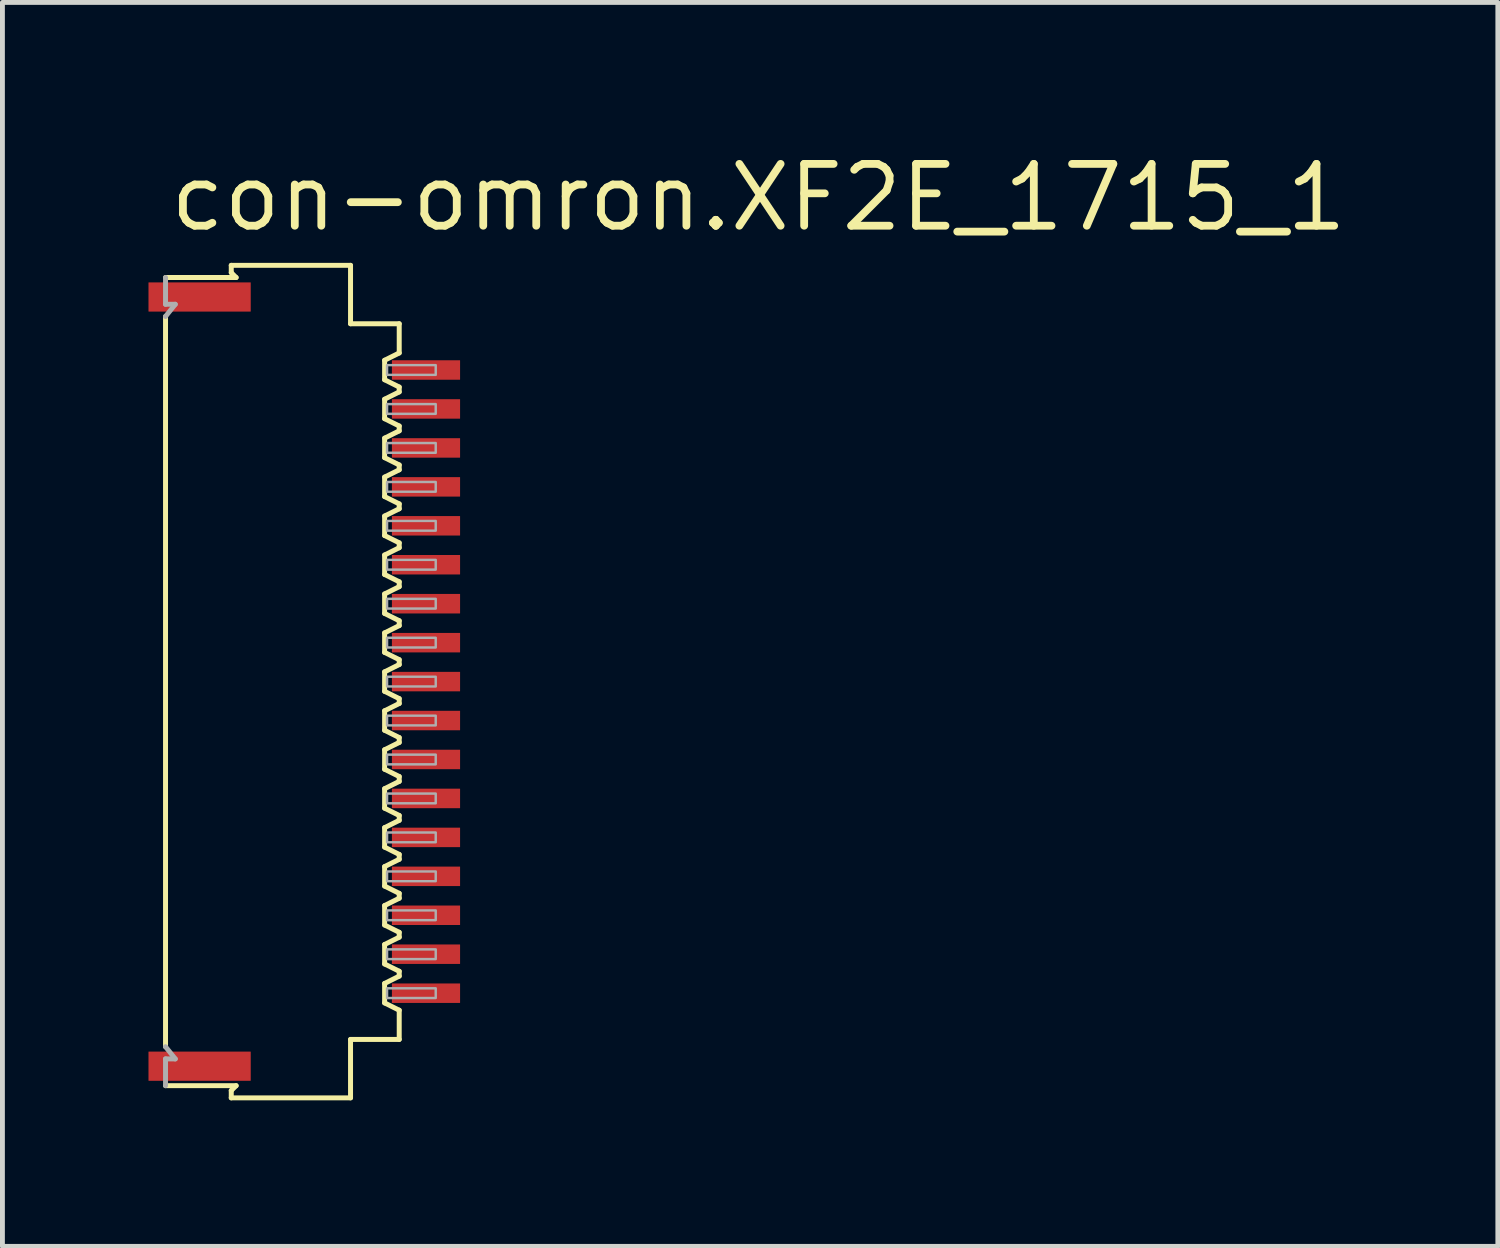
<source format=kicad_pcb>
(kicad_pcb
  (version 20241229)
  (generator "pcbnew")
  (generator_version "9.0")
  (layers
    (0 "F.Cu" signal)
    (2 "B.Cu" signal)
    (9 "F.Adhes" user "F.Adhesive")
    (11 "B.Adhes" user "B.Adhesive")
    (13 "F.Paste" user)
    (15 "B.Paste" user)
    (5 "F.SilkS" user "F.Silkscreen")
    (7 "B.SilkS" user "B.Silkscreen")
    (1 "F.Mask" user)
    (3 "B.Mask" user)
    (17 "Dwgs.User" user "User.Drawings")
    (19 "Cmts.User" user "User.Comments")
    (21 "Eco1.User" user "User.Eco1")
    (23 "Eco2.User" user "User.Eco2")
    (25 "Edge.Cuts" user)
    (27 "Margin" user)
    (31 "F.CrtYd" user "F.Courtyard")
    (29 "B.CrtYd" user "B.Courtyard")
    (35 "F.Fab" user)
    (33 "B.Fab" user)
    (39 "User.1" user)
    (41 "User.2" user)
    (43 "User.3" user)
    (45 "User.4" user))
  (footprint "con-omron.XF2E_1715_1"
    (layer "F.Cu")
    (at 3.16 10.95)
    (property "Reference" "con-omron.XF2E_1715_1" (at -2.8 -9.2 0) (layer "F.SilkS") (effects (font (size 1.27 1.27) (thickness 0.16)) (justify left bottom)))
    (attr smd)
    (fp_line (start -2.81 -7.5) (end -2.81 7.5) (stroke (width 0.102) (type default)) (layer "F.SilkS"))
    (fp_line (start -1.46 -8.55) (end -1.46 -8.4) (stroke (width 0.102) (type default)) (layer "F.SilkS"))
    (fp_line (start -1.46 -8.4) (end -1.36 -8.3) (stroke (width 0.102) (type default)) (layer "F.SilkS"))
    (fp_line (start -1.46 8.4) (end -1.46 8.55) (stroke (width 0.102) (type default)) (layer "F.SilkS"))
    (fp_line (start -1.36 -8.3) (end -2.81 -8.3) (stroke (width 0.102) (type default)) (layer "F.SilkS"))
    (fp_line (start -1.36 8.3) (end -2.81 8.3) (stroke (width 0.102) (type default)) (layer "F.SilkS"))
    (fp_line (start -1.36 8.3) (end -1.46 8.4) (stroke (width 0.102) (type default)) (layer "F.SilkS"))
    (fp_line (start 0.99 -8.55) (end -1.46 -8.55) (stroke (width 0.102) (type default)) (layer "F.SilkS"))
    (fp_line (start 0.99 -7.35) (end 0.99 -8.55) (stroke (width 0.102) (type default)) (layer "F.SilkS"))
    (fp_line (start 0.99 7.35) (end 1.99 7.35) (stroke (width 0.102) (type default)) (layer "F.SilkS"))
    (fp_line (start 0.99 8.55) (end -1.46 8.55) (stroke (width 0.102) (type default)) (layer "F.SilkS"))
    (fp_line (start 0.99 8.55) (end 0.99 7.35) (stroke (width 0.102) (type default)) (layer "F.SilkS"))
    (fp_line (start 1.69 -6.6) (end 1.99 -6.75) (stroke (width 0.102) (type default)) (layer "F.SilkS"))
    (fp_line (start 1.69 -6.2) (end 1.69 -6.6) (stroke (width 0.102) (type default)) (layer "F.SilkS"))
    (fp_line (start 1.69 -5.8) (end 1.69 -5.4) (stroke (width 0.102) (type default)) (layer "F.SilkS"))
    (fp_line (start 1.69 -5.4) (end 1.99 -5.25) (stroke (width 0.102) (type default)) (layer "F.SilkS"))
    (fp_line (start 1.69 -4.6) (end 1.69 -5) (stroke (width 0.102) (type default)) (layer "F.SilkS"))
    (fp_line (start 1.69 -4.2) (end 1.69 -3.8) (stroke (width 0.102) (type default)) (layer "F.SilkS"))
    (fp_line (start 1.69 -3.8) (end 1.99 -3.65) (stroke (width 0.102) (type default)) (layer "F.SilkS"))
    (fp_line (start 1.69 -3) (end 1.69 -3.4) (stroke (width 0.102) (type default)) (layer "F.SilkS"))
    (fp_line (start 1.69 -2.6) (end 1.69 -2.2) (stroke (width 0.102) (type default)) (layer "F.SilkS"))
    (fp_line (start 1.69 -2.2) (end 1.99 -2.05) (stroke (width 0.102) (type default)) (layer "F.SilkS"))
    (fp_line (start 1.69 -1.4) (end 1.69 -1.8) (stroke (width 0.102) (type default)) (layer "F.SilkS"))
    (fp_line (start 1.69 -1) (end 1.69 -0.6) (stroke (width 0.102) (type default)) (layer "F.SilkS"))
    (fp_line (start 1.69 -0.6) (end 1.99 -0.45) (stroke (width 0.102) (type default)) (layer "F.SilkS"))
    (fp_line (start 1.69 0.2) (end 1.69 -0.2) (stroke (width 0.102) (type default)) (layer "F.SilkS"))
    (fp_line (start 1.69 0.6) (end 1.69 1) (stroke (width 0.102) (type default)) (layer "F.SilkS"))
    (fp_line (start 1.69 1) (end 1.99 1.15) (stroke (width 0.102) (type default)) (layer "F.SilkS"))
    (fp_line (start 1.69 1.8) (end 1.69 1.4) (stroke (width 0.102) (type default)) (layer "F.SilkS"))
    (fp_line (start 1.69 2.2) (end 1.69 2.6) (stroke (width 0.102) (type default)) (layer "F.SilkS"))
    (fp_line (start 1.69 2.6) (end 1.99 2.75) (stroke (width 0.102) (type default)) (layer "F.SilkS"))
    (fp_line (start 1.69 3.4) (end 1.69 3) (stroke (width 0.102) (type default)) (layer "F.SilkS"))
    (fp_line (start 1.69 3.8) (end 1.69 4.2) (stroke (width 0.102) (type default)) (layer "F.SilkS"))
    (fp_line (start 1.69 4.2) (end 1.99 4.35) (stroke (width 0.102) (type default)) (layer "F.SilkS"))
    (fp_line (start 1.69 5) (end 1.69 4.6) (stroke (width 0.102) (type default)) (layer "F.SilkS"))
    (fp_line (start 1.69 5.4) (end 1.69 5.8) (stroke (width 0.102) (type default)) (layer "F.SilkS"))
    (fp_line (start 1.69 5.8) (end 1.99 5.95) (stroke (width 0.102) (type default)) (layer "F.SilkS"))
    (fp_line (start 1.69 6.6) (end 1.69 6.2) (stroke (width 0.102) (type default)) (layer "F.SilkS"))
    (fp_line (start 1.69 6.6) (end 1.99 6.75) (stroke (width 0.102) (type default)) (layer "F.SilkS"))
    (fp_line (start 1.99 -7.35) (end 0.99 -7.35) (stroke (width 0.102) (type default)) (layer "F.SilkS"))
    (fp_line (start 1.99 -6.75) (end 1.99 -7.35) (stroke (width 0.102) (type default)) (layer "F.SilkS"))
    (fp_line (start 1.99 -6.05) (end 1.69 -6.2) (stroke (width 0.102) (type default)) (layer "F.SilkS"))
    (fp_line (start 1.99 -6.05) (end 1.99 -5.95) (stroke (width 0.102) (type default)) (layer "F.SilkS"))
    (fp_line (start 1.99 -5.95) (end 1.69 -5.8) (stroke (width 0.102) (type default)) (layer "F.SilkS"))
    (fp_line (start 1.99 -5.25) (end 1.99 -5.15) (stroke (width 0.102) (type default)) (layer "F.SilkS"))
    (fp_line (start 1.99 -5.15) (end 1.69 -5) (stroke (width 0.102) (type default)) (layer "F.SilkS"))
    (fp_line (start 1.99 -4.45) (end 1.69 -4.6) (stroke (width 0.102) (type default)) (layer "F.SilkS"))
    (fp_line (start 1.99 -4.45) (end 1.99 -4.35) (stroke (width 0.102) (type default)) (layer "F.SilkS"))
    (fp_line (start 1.99 -4.35) (end 1.69 -4.2) (stroke (width 0.102) (type default)) (layer "F.SilkS"))
    (fp_line (start 1.99 -3.65) (end 1.99 -3.55) (stroke (width 0.102) (type default)) (layer "F.SilkS"))
    (fp_line (start 1.99 -3.55) (end 1.69 -3.4) (stroke (width 0.102) (type default)) (layer "F.SilkS"))
    (fp_line (start 1.99 -2.85) (end 1.69 -3) (stroke (width 0.102) (type default)) (layer "F.SilkS"))
    (fp_line (start 1.99 -2.85) (end 1.99 -2.75) (stroke (width 0.102) (type default)) (layer "F.SilkS"))
    (fp_line (start 1.99 -2.75) (end 1.69 -2.6) (stroke (width 0.102) (type default)) (layer "F.SilkS"))
    (fp_line (start 1.99 -2.05) (end 1.99 -1.95) (stroke (width 0.102) (type default)) (layer "F.SilkS"))
    (fp_line (start 1.99 -1.95) (end 1.69 -1.8) (stroke (width 0.102) (type default)) (layer "F.SilkS"))
    (fp_line (start 1.99 -1.25) (end 1.69 -1.4) (stroke (width 0.102) (type default)) (layer "F.SilkS"))
    (fp_line (start 1.99 -1.25) (end 1.99 -1.15) (stroke (width 0.102) (type default)) (layer "F.SilkS"))
    (fp_line (start 1.99 -1.15) (end 1.69 -1) (stroke (width 0.102) (type default)) (layer "F.SilkS"))
    (fp_line (start 1.99 -0.45) (end 1.99 -0.35) (stroke (width 0.102) (type default)) (layer "F.SilkS"))
    (fp_line (start 1.99 -0.35) (end 1.69 -0.2) (stroke (width 0.102) (type default)) (layer "F.SilkS"))
    (fp_line (start 1.99 0.35) (end 1.69 0.2) (stroke (width 0.102) (type default)) (layer "F.SilkS"))
    (fp_line (start 1.99 0.35) (end 1.99 0.45) (stroke (width 0.102) (type default)) (layer "F.SilkS"))
    (fp_line (start 1.99 0.45) (end 1.69 0.6) (stroke (width 0.102) (type default)) (layer "F.SilkS"))
    (fp_line (start 1.99 1.15) (end 1.99 1.25) (stroke (width 0.102) (type default)) (layer "F.SilkS"))
    (fp_line (start 1.99 1.25) (end 1.69 1.4) (stroke (width 0.102) (type default)) (layer "F.SilkS"))
    (fp_line (start 1.99 1.95) (end 1.69 1.8) (stroke (width 0.102) (type default)) (layer "F.SilkS"))
    (fp_line (start 1.99 1.95) (end 1.99 2.05) (stroke (width 0.102) (type default)) (layer "F.SilkS"))
    (fp_line (start 1.99 2.05) (end 1.69 2.2) (stroke (width 0.102) (type default)) (layer "F.SilkS"))
    (fp_line (start 1.99 2.75) (end 1.99 2.85) (stroke (width 0.102) (type default)) (layer "F.SilkS"))
    (fp_line (start 1.99 2.85) (end 1.69 3) (stroke (width 0.102) (type default)) (layer "F.SilkS"))
    (fp_line (start 1.99 3.55) (end 1.69 3.4) (stroke (width 0.102) (type default)) (layer "F.SilkS"))
    (fp_line (start 1.99 3.55) (end 1.99 3.65) (stroke (width 0.102) (type default)) (layer "F.SilkS"))
    (fp_line (start 1.99 3.65) (end 1.69 3.8) (stroke (width 0.102) (type default)) (layer "F.SilkS"))
    (fp_line (start 1.99 4.35) (end 1.99 4.45) (stroke (width 0.102) (type default)) (layer "F.SilkS"))
    (fp_line (start 1.99 4.45) (end 1.69 4.6) (stroke (width 0.102) (type default)) (layer "F.SilkS"))
    (fp_line (start 1.99 5.15) (end 1.69 5) (stroke (width 0.102) (type default)) (layer "F.SilkS"))
    (fp_line (start 1.99 5.15) (end 1.99 5.25) (stroke (width 0.102) (type default)) (layer "F.SilkS"))
    (fp_line (start 1.99 5.25) (end 1.69 5.4) (stroke (width 0.102) (type default)) (layer "F.SilkS"))
    (fp_line (start 1.99 5.95) (end 1.99 6.05) (stroke (width 0.102) (type default)) (layer "F.SilkS"))
    (fp_line (start 1.99 6.05) (end 1.69 6.2) (stroke (width 0.102) (type default)) (layer "F.SilkS"))
    (fp_line (start 1.99 7.35) (end 1.99 6.75) (stroke (width 0.102) (type default)) (layer "F.SilkS"))
    (fp_line (start -2.81 -8.3) (end -2.81 -7.75) (stroke (width 0.102) (type default)) (layer "F.Fab"))
    (fp_line (start -2.81 -7.75) (end -2.61 -7.75) (stroke (width 0.102) (type default)) (layer "F.Fab"))
    (fp_line (start -2.81 7.5) (end -2.61 7.75) (stroke (width 0.102) (type default)) (layer "F.Fab"))
    (fp_line (start -2.81 7.75) (end -2.81 8.3) (stroke (width 0.102) (type default)) (layer "F.Fab"))
    (fp_line (start -2.81 7.75) (end -2.61 7.75) (stroke (width 0.102) (type default)) (layer "F.Fab"))
    (fp_line (start -2.61 -7.75) (end -2.81 -7.5) (stroke (width 0.102) (type default)) (layer "F.Fab"))
    (fp_rect (start 1.74 -6.3) (end 2.74 -6.5) (stroke (width 0.05) (type default)) (fill no) (layer "F.Fab"))
    (fp_rect (start 1.74 -5.5) (end 2.74 -5.7) (stroke (width 0.05) (type default)) (fill no) (layer "F.Fab"))
    (fp_rect (start 1.74 -4.7) (end 2.74 -4.9) (stroke (width 0.05) (type default)) (fill no) (layer "F.Fab"))
    (fp_rect (start 1.74 -3.9) (end 2.74 -4.1) (stroke (width 0.05) (type default)) (fill no) (layer "F.Fab"))
    (fp_rect (start 1.74 -3.1) (end 2.74 -3.3) (stroke (width 0.05) (type default)) (fill no) (layer "F.Fab"))
    (fp_rect (start 1.74 -2.3) (end 2.74 -2.5) (stroke (width 0.05) (type default)) (fill no) (layer "F.Fab"))
    (fp_rect (start 1.74 -1.5) (end 2.74 -1.7) (stroke (width 0.05) (type default)) (fill no) (layer "F.Fab"))
    (fp_rect (start 1.74 -0.7) (end 2.74 -0.9) (stroke (width 0.05) (type default)) (fill no) (layer "F.Fab"))
    (fp_rect (start 1.74 0.1) (end 2.74 -0.1) (stroke (width 0.05) (type default)) (fill no) (layer "F.Fab"))
    (fp_rect (start 1.74 0.9) (end 2.74 0.7) (stroke (width 0.05) (type default)) (fill no) (layer "F.Fab"))
    (fp_rect (start 1.74 1.7) (end 2.74 1.5) (stroke (width 0.05) (type default)) (fill no) (layer "F.Fab"))
    (fp_rect (start 1.74 2.5) (end 2.74 2.3) (stroke (width 0.05) (type default)) (fill no) (layer "F.Fab"))
    (fp_rect (start 1.74 3.3) (end 2.74 3.1) (stroke (width 0.05) (type default)) (fill no) (layer "F.Fab"))
    (fp_rect (start 1.74 4.1) (end 2.74 3.9) (stroke (width 0.05) (type default)) (fill no) (layer "F.Fab"))
    (fp_rect (start 1.74 4.9) (end 2.74 4.7) (stroke (width 0.05) (type default)) (fill no) (layer "F.Fab"))
    (fp_rect (start 1.74 5.7) (end 2.74 5.5) (stroke (width 0.05) (type default)) (fill no) (layer "F.Fab"))
    (fp_rect (start 1.74 6.5) (end 2.74 6.3) (stroke (width 0.05) (type default)) (fill no) (layer "F.Fab"))
    (pad "1" smd roundrect (at 2.54 -6.4) (size 1.4 0.4) (layers "F.Cu" "F.Mask" "F.Paste") (roundrect_rratio 0.01))
    (pad "2" smd roundrect (at 2.54 -5.6) (size 1.4 0.4) (layers "F.Cu" "F.Mask" "F.Paste") (roundrect_rratio 0.01))
    (pad "3" smd roundrect (at 2.54 -4.8) (size 1.4 0.4) (layers "F.Cu" "F.Mask" "F.Paste") (roundrect_rratio 0.01))
    (pad "4" smd roundrect (at 2.54 -4) (size 1.4 0.4) (layers "F.Cu" "F.Mask" "F.Paste") (roundrect_rratio 0.01))
    (pad "5" smd roundrect (at 2.54 -3.2) (size 1.4 0.4) (layers "F.Cu" "F.Mask" "F.Paste") (roundrect_rratio 0.01))
    (pad "6" smd roundrect (at 2.54 -2.4) (size 1.4 0.4) (layers "F.Cu" "F.Mask" "F.Paste") (roundrect_rratio 0.01))
    (pad "7" smd roundrect (at 2.54 -1.6) (size 1.4 0.4) (layers "F.Cu" "F.Mask" "F.Paste") (roundrect_rratio 0.01))
    (pad "8" smd roundrect (at 2.54 -0.8) (size 1.4 0.4) (layers "F.Cu" "F.Mask" "F.Paste") (roundrect_rratio 0.01))
    (pad "9" smd roundrect (at 2.54 0) (size 1.4 0.4) (layers "F.Cu" "F.Mask" "F.Paste") (roundrect_rratio 0.01))
    (pad "10" smd roundrect (at 2.54 0.8) (size 1.4 0.4) (layers "F.Cu" "F.Mask" "F.Paste") (roundrect_rratio 0.01))
    (pad "11" smd roundrect (at 2.54 1.6) (size 1.4 0.4) (layers "F.Cu" "F.Mask" "F.Paste") (roundrect_rratio 0.01))
    (pad "12" smd roundrect (at 2.54 2.4) (size 1.4 0.4) (layers "F.Cu" "F.Mask" "F.Paste") (roundrect_rratio 0.01))
    (pad "13" smd roundrect (at 2.54 3.2) (size 1.4 0.4) (layers "F.Cu" "F.Mask" "F.Paste") (roundrect_rratio 0.01))
    (pad "14" smd roundrect (at 2.54 4) (size 1.4 0.4) (layers "F.Cu" "F.Mask" "F.Paste") (roundrect_rratio 0.01))
    (pad "15" smd roundrect (at 2.54 4.8) (size 1.4 0.4) (layers "F.Cu" "F.Mask" "F.Paste") (roundrect_rratio 0.01))
    (pad "16" smd roundrect (at 2.54 5.6) (size 1.4 0.4) (layers "F.Cu" "F.Mask" "F.Paste") (roundrect_rratio 0.01))
    (pad "17" smd roundrect (at 2.54 6.4) (size 1.4 0.4) (layers "F.Cu" "F.Mask" "F.Paste") (roundrect_rratio 0.01))
    (pad "M1" smd roundrect (at -2.11 -7.9) (size 2.1 0.6) (layers "F.Cu" "F.Mask" "F.Paste") (roundrect_rratio 0.01))
    (pad "M2" smd roundrect (at -2.11 7.9) (size 2.1 0.6) (layers "F.Cu" "F.Mask" "F.Paste") (roundrect_rratio 0.01)))
  (gr_rect
    (start -3 -3)
    (end 27.716 22.551)
    (stroke (width 0.1) (type default))
    (fill no)
    (layer "Edge.Cuts")))
</source>
